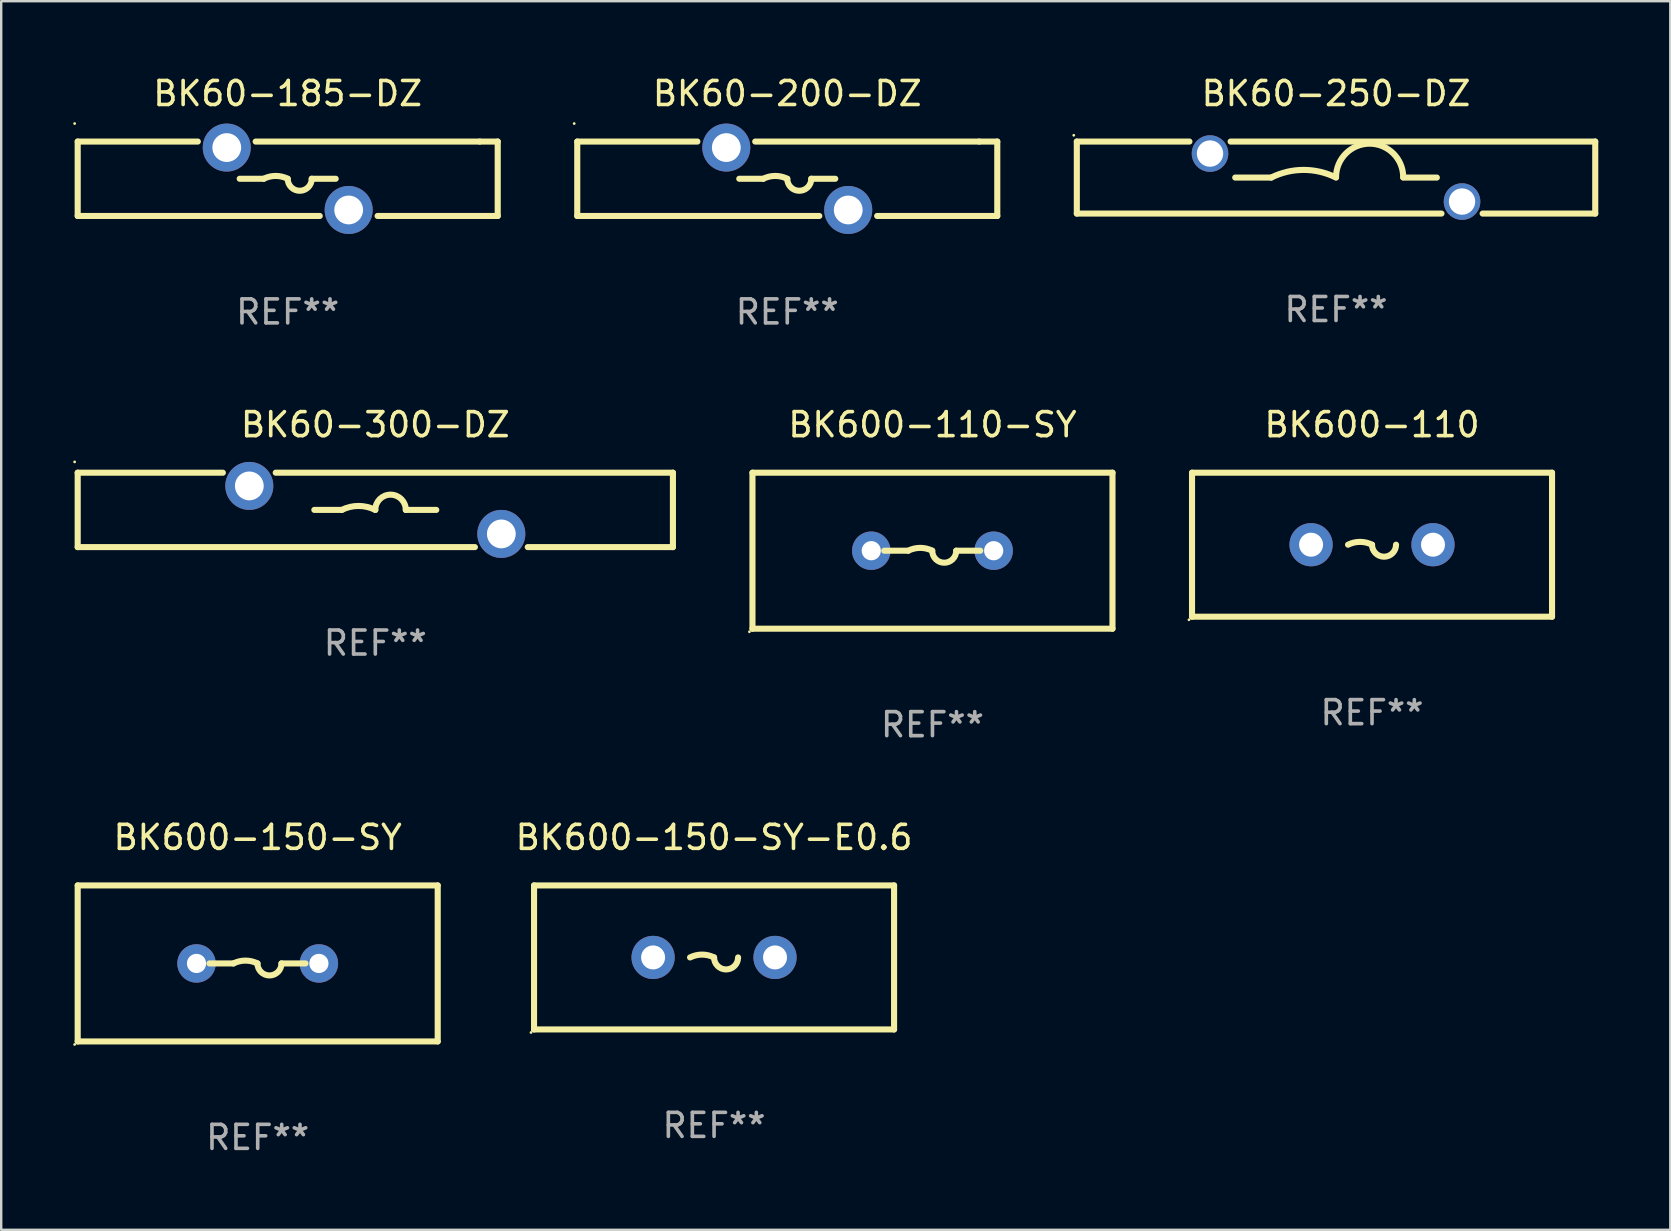
<source format=kicad_pcb>
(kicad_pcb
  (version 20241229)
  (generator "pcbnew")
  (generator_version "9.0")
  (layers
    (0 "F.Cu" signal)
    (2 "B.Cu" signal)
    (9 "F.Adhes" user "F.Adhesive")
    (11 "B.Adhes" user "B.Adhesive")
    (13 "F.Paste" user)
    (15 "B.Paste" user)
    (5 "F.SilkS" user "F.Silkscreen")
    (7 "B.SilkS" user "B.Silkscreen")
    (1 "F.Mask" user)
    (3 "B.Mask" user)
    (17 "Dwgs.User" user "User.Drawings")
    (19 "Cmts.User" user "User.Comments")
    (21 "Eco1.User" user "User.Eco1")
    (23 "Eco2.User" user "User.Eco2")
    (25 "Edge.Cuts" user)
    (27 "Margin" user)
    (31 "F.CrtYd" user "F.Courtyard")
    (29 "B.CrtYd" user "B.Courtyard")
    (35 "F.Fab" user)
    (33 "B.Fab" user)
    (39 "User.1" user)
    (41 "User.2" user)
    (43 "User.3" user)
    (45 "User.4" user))
  (footprint "BK600-150-SY"
    (layer "F.Cu")
    (at 7.687 37.091)
    (property "Reference" "BK600-150-SY" (at 0 -5.25 0) (layer "F.SilkS") (effects (font (size 1 1) (thickness 0.15))))
    (attr through_hole)
    (fp_line (start -7.5 -3.25) (end -7.5 3.25) (stroke (width 0.254) (type solid)) (layer "F.SilkS"))
    (fp_line (start -7.5 -3.25) (end 7.5 -3.25) (stroke (width 0.254) (type solid)) (layer "F.SilkS"))
    (fp_line (start -7.5 3.25) (end 7.5 3.25) (stroke (width 0.254) (type solid)) (layer "F.SilkS"))
    (fp_line (start -1.01 0) (end -2.01 0) (stroke (width 0.254) (type solid)) (layer "F.SilkS"))
    (fp_line (start 0.99 0) (end 1.99 0) (stroke (width 0.254) (type solid)) (layer "F.SilkS"))
    (fp_line (start 7.5 -3.25) (end 7.5 3.25) (stroke (width 0.254) (type solid)) (layer "F.SilkS"))
    (fp_arc (start -1.010008 0) (mid -0.510008 -0.118021) (end -0.010008 0) (stroke (width 0.254001) (type solid)) (layer "F.SilkS"))
    (fp_arc (start 0.990754 0) (mid 0.490373 0.500127) (end -0.010008 0) (stroke (width 0.254001) (type solid)) (layer "F.SilkS"))
    (fp_circle (center -7.627 3.377) (end -7.597 3.377) (stroke (width 0.06) (type solid)) (fill no) (layer "F.SilkS"))
    (fp_text user "REF**" (at 0 7.25 0) (layer "F.Fab") (effects (font (size 1 1) (thickness 0.15))))
    (pad "1" thru_hole circle (at -2.55 0) (size 1.6 1.6) (drill 0.8) (layers "*.Cu" "*.Mask"))
    (pad "2" thru_hole circle (at 2.55 0) (size 1.6 1.6) (drill 0.8) (layers "*.Cu" "*.Mask")))
  (footprint "BK600-150-SY-E0.6"
    (layer "F.Cu")
    (at 26.701 36.841)
    (property "Reference" "BK600-150-SY-E0.6" (at 0 -5 0) (layer "F.SilkS") (effects (font (size 1 1) (thickness 0.15))))
    (attr through_hole)
    (fp_line (start -7.5 -3) (end 7.5 -3) (stroke (width 0.254) (type solid)) (layer "F.SilkS"))
    (fp_line (start -7.5 3) (end -7.5 -3) (stroke (width 0.254) (type solid)) (layer "F.SilkS"))
    (fp_line (start -7.5 3) (end 7.5 3) (stroke (width 0.254) (type solid)) (layer "F.SilkS"))
    (fp_line (start 7.5 3) (end 7.5 -3) (stroke (width 0.254) (type solid)) (layer "F.SilkS"))
    (fp_arc (start -1 0) (mid -0.5 -0.118021) (end 0 0) (stroke (width 0.254001) (type solid)) (layer "F.SilkS"))
    (fp_arc (start 1.000762 0) (mid 0.500381 0.500127) (end 0 0) (stroke (width 0.254001) (type solid)) (layer "F.SilkS"))
    (fp_circle (center -7.627 3.127) (end -7.597 3.127) (stroke (width 0.06) (type solid)) (fill no) (layer "F.SilkS"))
    (fp_text user "REF**" (at 0 7 0) (layer "F.Fab") (effects (font (size 1 1) (thickness 0.15))))
    (pad "1" thru_hole circle (at -2.54 0) (size 1.8 1.8) (drill 1) (layers "*.Cu" "*.Mask"))
    (pad "2" thru_hole circle (at 2.54 0) (size 1.8 1.8) (drill 1) (layers "*.Cu" "*.Mask")))
  (footprint "BK60-200-DZ"
    (layer "F.Cu")
    (at 29.751 4.398)
    (property "Reference" "BK60-200-DZ" (at 0 -3.55 0) (layer "F.SilkS") (effects (font (size 1 1) (thickness 0.15))))
    (attr through_hole)
    (fp_line (start -8.75 -1.55) (end -3.745 -1.55) (stroke (width 0.254) (type solid)) (layer "F.SilkS"))
    (fp_line (start -8.75 1.55) (end -8.75 -1.55) (stroke (width 0.254) (type solid)) (layer "F.SilkS"))
    (fp_line (start -8.75 1.55) (end 1.335 1.55) (stroke (width 0.254) (type solid)) (layer "F.SilkS"))
    (fp_line (start -1.335 -1.55) (end 8 -1.55) (stroke (width 0.254) (type solid)) (layer "F.SilkS"))
    (fp_line (start -1 0.000127) (end -2 0.000127) (stroke (width 0.254) (type solid)) (layer "F.SilkS"))
    (fp_line (start 1 0.000127) (end 2 0.000127) (stroke (width 0.254) (type solid)) (layer "F.SilkS"))
    (fp_line (start 3.745 1.55) (end 8.75 1.55) (stroke (width 0.254) (type solid)) (layer "F.SilkS"))
    (fp_line (start 8 -1.55) (end 8.75 -1.55) (stroke (width 0.254) (type solid)) (layer "F.SilkS"))
    (fp_line (start 8.75 -1.55) (end 8.75 1.55) (stroke (width 0.254) (type solid)) (layer "F.SilkS"))
    (fp_arc (start -1 0.000127) (mid -0.5 -0.117894) (end 0 0.000127) (stroke (width 0.254001) (type solid)) (layer "F.SilkS"))
    (fp_arc (start 1.000762 0.000127) (mid 0.500381 0.500254) (end 0 0.000127) (stroke (width 0.254001) (type solid)) (layer "F.SilkS"))
    (fp_circle (center -8.877 -2.3) (end -8.847 -2.3) (stroke (width 0.06) (type solid)) (fill no) (layer "F.SilkS"))
    (fp_text user "REF**" (at 0 5.55 0) (layer "F.Fab") (effects (font (size 1 1) (thickness 0.15))))
    (pad "1" thru_hole circle (at -2.54 -1.3) (size 2 2) (drill 1.2) (layers "*.Cu" "*.Mask"))
    (pad "2" thru_hole circle (at 2.54 1.3) (size 2 2) (drill 1.2) (layers "*.Cu" "*.Mask")))
  (footprint "BK60-300-DZ"
    (layer "F.Cu")
    (at 12.587 18.195)
    (property "Reference" "BK60-300-DZ" (at 0 -3.55 0) (layer "F.SilkS") (effects (font (size 1 1) (thickness 0.15))))
    (attr through_hole)
    (fp_line (start -12.4 -1.55) (end -6.351 -1.55) (stroke (width 0.254) (type solid)) (layer "F.SilkS"))
    (fp_line (start -12.4 1.55) (end -12.4 -1.55) (stroke (width 0.254) (type solid)) (layer "F.SilkS"))
    (fp_line (start -12.4 1.55) (end 4.149 1.55) (stroke (width 0.254) (type solid)) (layer "F.SilkS"))
    (fp_line (start -4.149 -1.55) (end 12.4 -1.55) (stroke (width 0.254) (type solid)) (layer "F.SilkS"))
    (fp_line (start -2.54 0) (end -1.397 0) (stroke (width 0.254) (type solid)) (layer "F.SilkS"))
    (fp_line (start 2.54 0) (end 1.27 0) (stroke (width 0.254) (type solid)) (layer "F.SilkS"))
    (fp_line (start 6.351 1.55) (end 12.4 1.55) (stroke (width 0.254) (type solid)) (layer "F.SilkS"))
    (fp_line (start 12.4 -1.55) (end 12.4 1.55) (stroke (width 0.254) (type solid)) (layer "F.SilkS"))
    (fp_arc (start -1.397003 0) (mid -0.698501 -0.164894) (end 0 0) (stroke (width 0.254001) (type solid)) (layer "F.SilkS"))
    (fp_arc (start -0.000001 0) (mid 0.635001 -0.635002) (end 1.270003 0) (stroke (width 0.254001) (type solid)) (layer "F.SilkS"))
    (fp_circle (center -12.527 -2) (end -12.497 -2) (stroke (width 0.06) (type solid)) (fill no) (layer "F.SilkS"))
    (fp_text user "REF**" (at 0 5.55 0) (layer "F.Fab") (effects (font (size 1 1) (thickness 0.15))))
    (pad "1" thru_hole circle (at -5.25 -1) (size 2 2) (drill 1.2) (layers "*.Cu" "*.Mask"))
    (pad "2" thru_hole circle (at 5.25 1) (size 2 2) (drill 1.2) (layers "*.Cu" "*.Mask")))
  (footprint "BK600-110"
    (layer "F.Cu")
    (at 54.115 19.645)
    (property "Reference" "BK600-110" (at 0 -5 0) (layer "F.SilkS") (effects (font (size 1 1) (thickness 0.15))))
    (attr through_hole)
    (fp_line (start -7.5 -3) (end 7.5 -3) (stroke (width 0.254) (type solid)) (layer "F.SilkS"))
    (fp_line (start -7.5 3) (end -7.5 -3) (stroke (width 0.254) (type solid)) (layer "F.SilkS"))
    (fp_line (start -7.5 3) (end 7.5 3) (stroke (width 0.254) (type solid)) (layer "F.SilkS"))
    (fp_line (start 7.5 3) (end 7.5 -3) (stroke (width 0.254) (type solid)) (layer "F.SilkS"))
    (fp_arc (start -1 0) (mid -0.5 -0.118021) (end 0 0) (stroke (width 0.254001) (type solid)) (layer "F.SilkS"))
    (fp_arc (start 1.000762 0) (mid 0.500381 0.500127) (end 0 0) (stroke (width 0.254001) (type solid)) (layer "F.SilkS"))
    (fp_circle (center -7.627 3.127) (end -7.597 3.127) (stroke (width 0.06) (type solid)) (fill no) (layer "F.SilkS"))
    (fp_text user "REF**" (at 0 7 0) (layer "F.Fab") (effects (font (size 1 1) (thickness 0.15))))
    (pad "1" thru_hole circle (at -2.54 0) (size 1.8 1.8) (drill 1) (layers "*.Cu" "*.Mask"))
    (pad "2" thru_hole circle (at 2.54 0) (size 1.8 1.8) (drill 1) (layers "*.Cu" "*.Mask")))
  (footprint "BK60-250-DZ"
    (layer "F.Cu")
    (at 52.615 4.348)
    (property "Reference" "BK60-250-DZ" (at 0 -3.5 0) (layer "F.SilkS") (effects (font (size 1 1) (thickness 0.15))))
    (attr through_hole)
    (fp_line (start -10.8 -1.5) (end -10.8 1.5) (stroke (width 0.254) (type solid)) (layer "F.SilkS"))
    (fp_line (start -10.8 -1.5) (end -6.108 -1.5) (stroke (width 0.254) (type solid)) (layer "F.SilkS"))
    (fp_line (start -4.392 -1.5) (end 10.8 -1.5) (stroke (width 0.254) (type solid)) (layer "F.SilkS"))
    (fp_line (start -2.7 -0.000127) (end -4.2 -0.000127) (stroke (width 0.254) (type solid)) (layer "F.SilkS"))
    (fp_line (start 2.8 -0.000127) (end 4.2 -0.000127) (stroke (width 0.254) (type solid)) (layer "F.SilkS"))
    (fp_line (start 4.393 1.5) (end -10.8 1.5) (stroke (width 0.254) (type solid)) (layer "F.SilkS"))
    (fp_line (start 10.8 1.5) (end 6.108 1.5) (stroke (width 0.254) (type solid)) (layer "F.SilkS"))
    (fp_line (start 10.8 1.5) (end 10.8 -1.5) (stroke (width 0.254) (type solid)) (layer "F.SilkS"))
    (fp_arc (start -2.700025 -0.000127) (mid -1.350013 -0.318821) (end 0 -0.000127) (stroke (width 0.254001) (type solid)) (layer "F.SilkS"))
    (fp_arc (start 0 -0.012827) (mid 1.399543 -1.411862) (end 2.799086 -0.012827) (stroke (width 0.254001) (type solid)) (layer "F.SilkS"))
    (fp_circle (center -10.927 -1.762) (end -10.897 -1.762) (stroke (width 0.06) (type solid)) (fill no) (layer "F.SilkS"))
    (fp_text user "REF**" (at 0 5.5 0) (layer "F.Fab") (effects (font (size 1 1) (thickness 0.15))))
    (pad "1" thru_hole circle (at -5.25 -1) (size 1.524 1.524) (drill 1.1) (layers "*.Cu" "*.Mask"))
    (pad "2" thru_hole circle (at 5.25 1) (size 1.524 1.524) (drill 1.1) (layers "*.Cu" "*.Mask")))
  (footprint "BK600-110-SY"
    (layer "F.Cu")
    (at 35.801 19.895)
    (property "Reference" "BK600-110-SY" (at 0 -5.25 0) (layer "F.SilkS") (effects (font (size 1 1) (thickness 0.15))))
    (attr through_hole)
    (fp_line (start -7.5 -3.25) (end -7.5 3.25) (stroke (width 0.254) (type solid)) (layer "F.SilkS"))
    (fp_line (start -7.5 -3.25) (end 7.5 -3.25) (stroke (width 0.254) (type solid)) (layer "F.SilkS"))
    (fp_line (start -7.5 3.25) (end 7.5 3.25) (stroke (width 0.254) (type solid)) (layer "F.SilkS"))
    (fp_line (start -1.01 0) (end -2.01 0) (stroke (width 0.254) (type solid)) (layer "F.SilkS"))
    (fp_line (start 0.99 0) (end 1.99 0) (stroke (width 0.254) (type solid)) (layer "F.SilkS"))
    (fp_line (start 7.5 -3.25) (end 7.5 3.25) (stroke (width 0.254) (type solid)) (layer "F.SilkS"))
    (fp_arc (start -1.010008 0) (mid -0.510008 -0.118021) (end -0.010008 0) (stroke (width 0.254001) (type solid)) (layer "F.SilkS"))
    (fp_arc (start 0.990754 0) (mid 0.490373 0.500127) (end -0.010008 0) (stroke (width 0.254001) (type solid)) (layer "F.SilkS"))
    (fp_circle (center -7.627 3.377) (end -7.597 3.377) (stroke (width 0.06) (type solid)) (fill no) (layer "F.SilkS"))
    (fp_text user "REF**" (at 0 7.25 0) (layer "F.Fab") (effects (font (size 1 1) (thickness 0.15))))
    (pad "1" thru_hole circle (at -2.55 0) (size 1.6 1.6) (drill 0.8) (layers "*.Cu" "*.Mask"))
    (pad "2" thru_hole circle (at 2.55 0) (size 1.6 1.6) (drill 0.8) (layers "*.Cu" "*.Mask")))
  (footprint "BK60-185-DZ"
    (layer "F.Cu")
    (at 8.937 4.398)
    (property "Reference" "BK60-185-DZ" (at 0 -3.55 0) (layer "F.SilkS") (effects (font (size 1 1) (thickness 0.15))))
    (attr through_hole)
    (fp_line (start -8.75 -1.55) (end -3.745 -1.55) (stroke (width 0.254) (type solid)) (layer "F.SilkS"))
    (fp_line (start -8.75 1.55) (end -8.75 -1.55) (stroke (width 0.254) (type solid)) (layer "F.SilkS"))
    (fp_line (start -8.75 1.55) (end 1.335 1.55) (stroke (width 0.254) (type solid)) (layer "F.SilkS"))
    (fp_line (start -1.335 -1.55) (end 8 -1.55) (stroke (width 0.254) (type solid)) (layer "F.SilkS"))
    (fp_line (start -1 0.000127) (end -2 0.000127) (stroke (width 0.254) (type solid)) (layer "F.SilkS"))
    (fp_line (start 1 0.000127) (end 2 0.000127) (stroke (width 0.254) (type solid)) (layer "F.SilkS"))
    (fp_line (start 3.745 1.55) (end 8.75 1.55) (stroke (width 0.254) (type solid)) (layer "F.SilkS"))
    (fp_line (start 8 -1.55) (end 8.75 -1.55) (stroke (width 0.254) (type solid)) (layer "F.SilkS"))
    (fp_line (start 8.75 -1.55) (end 8.75 1.55) (stroke (width 0.254) (type solid)) (layer "F.SilkS"))
    (fp_arc (start -1 0.000127) (mid -0.5 -0.117894) (end 0 0.000127) (stroke (width 0.254001) (type solid)) (layer "F.SilkS"))
    (fp_arc (start 1.000762 0.000127) (mid 0.500381 0.500254) (end 0 0.000127) (stroke (width 0.254001) (type solid)) (layer "F.SilkS"))
    (fp_circle (center -8.877 -2.3) (end -8.847 -2.3) (stroke (width 0.06) (type solid)) (fill no) (layer "F.SilkS"))
    (fp_text user "REF**" (at 0 5.55 0) (layer "F.Fab") (effects (font (size 1 1) (thickness 0.15))))
    (pad "1" thru_hole circle (at -2.54 -1.3) (size 2 2) (drill 1.2) (layers "*.Cu" "*.Mask"))
    (pad "2" thru_hole circle (at 2.54 1.3) (size 2 2) (drill 1.2) (layers "*.Cu" "*.Mask")))
  (gr_rect
    (start -3 -3)
    (end 66.542 48.19)
    (stroke (width 0.1) (type default))
    (fill no)
    (layer "Edge.Cuts")))
</source>
